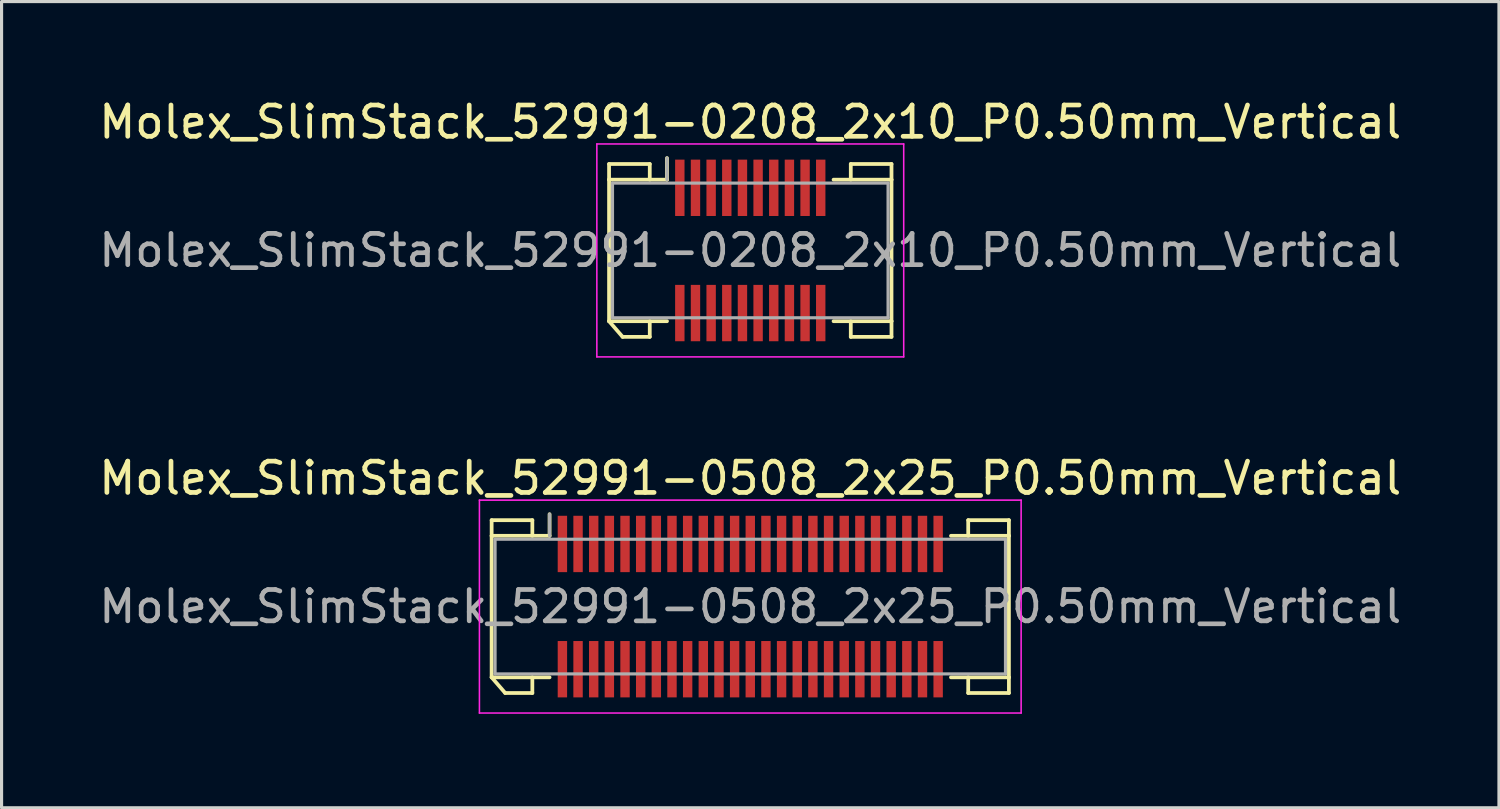
<source format=kicad_pcb>
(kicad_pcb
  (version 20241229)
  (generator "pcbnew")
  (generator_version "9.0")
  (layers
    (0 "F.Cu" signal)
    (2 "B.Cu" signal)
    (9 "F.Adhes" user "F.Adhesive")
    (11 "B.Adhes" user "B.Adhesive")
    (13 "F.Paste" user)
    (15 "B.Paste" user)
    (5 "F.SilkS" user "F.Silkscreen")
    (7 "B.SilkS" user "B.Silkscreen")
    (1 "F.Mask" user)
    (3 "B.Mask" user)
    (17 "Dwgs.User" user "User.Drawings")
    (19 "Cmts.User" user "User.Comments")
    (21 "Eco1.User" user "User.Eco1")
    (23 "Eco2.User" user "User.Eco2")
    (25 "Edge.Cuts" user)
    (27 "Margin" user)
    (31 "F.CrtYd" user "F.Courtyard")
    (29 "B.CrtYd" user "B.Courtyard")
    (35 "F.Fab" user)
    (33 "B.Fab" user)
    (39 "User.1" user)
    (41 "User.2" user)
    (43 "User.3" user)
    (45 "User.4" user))
  (footprint "Molex_SlimStack_52991-0208_2x10_P0.50mm_Vertical"
    (layer "F.Cu")
    (at 20.911 4.948)
    (property "Reference" "Molex_SlimStack_52991-0208_2x10_P0.50mm_Vertical" (at 0 -4.1 0) (layer "F.SilkS") (effects (font (size 1 1) (thickness 0.15))))
    (attr smd)
    (fp_line (start -4.51 -2.76) (end -3.21 -2.76) (stroke (width 0.12) (type solid)) (layer "F.SilkS"))
    (fp_line (start -4.51 -2.26) (end -4.51 -2.76) (stroke (width 0.12) (type solid)) (layer "F.SilkS"))
    (fp_line (start -4.51 -2.26) (end -2.66 -2.26) (stroke (width 0.12) (type solid)) (layer "F.SilkS"))
    (fp_line (start -4.51 2.26) (end -4.51 -2.26) (stroke (width 0.12) (type solid)) (layer "F.SilkS"))
    (fp_line (start -4.51 2.26) (end -4.077 2.76) (stroke (width 0.12) (type solid)) (layer "F.SilkS"))
    (fp_line (start -4.077 2.76) (end -3.21 2.76) (stroke (width 0.12) (type solid)) (layer "F.SilkS"))
    (fp_line (start -3.21 -2.76) (end -3.21 -2.26) (stroke (width 0.12) (type solid)) (layer "F.SilkS"))
    (fp_line (start -3.21 2.76) (end -3.21 2.26) (stroke (width 0.12) (type solid)) (layer "F.SilkS"))
    (fp_line (start -2.66 -2.26) (end -2.66 -2.95) (stroke (width 0.12) (type solid)) (layer "F.SilkS"))
    (fp_line (start -2.66 2.26) (end -4.51 2.26) (stroke (width 0.12) (type solid)) (layer "F.SilkS"))
    (fp_line (start 2.66 2.26) (end 4.51 2.26) (stroke (width 0.12) (type solid)) (layer "F.SilkS"))
    (fp_line (start 3.21 -2.76) (end 3.21 -2.26) (stroke (width 0.12) (type solid)) (layer "F.SilkS"))
    (fp_line (start 3.21 2.76) (end 3.21 2.26) (stroke (width 0.12) (type solid)) (layer "F.SilkS"))
    (fp_line (start 4.51 -2.76) (end 3.21 -2.76) (stroke (width 0.12) (type solid)) (layer "F.SilkS"))
    (fp_line (start 4.51 -2.26) (end 2.66 -2.26) (stroke (width 0.12) (type solid)) (layer "F.SilkS"))
    (fp_line (start 4.51 -2.26) (end 4.51 -2.76) (stroke (width 0.12) (type solid)) (layer "F.SilkS"))
    (fp_line (start 4.51 2.26) (end 4.51 -2.26) (stroke (width 0.12) (type solid)) (layer "F.SilkS"))
    (fp_line (start 4.51 2.26) (end 4.51 2.76) (stroke (width 0.12) (type solid)) (layer "F.SilkS"))
    (fp_line (start 4.51 2.76) (end 3.21 2.76) (stroke (width 0.12) (type solid)) (layer "F.SilkS"))
    (fp_line (start -4.9 -3.4) (end -4.9 3.4) (stroke (width 0.05) (type solid)) (layer "F.CrtYd"))
    (fp_line (start -4.9 3.4) (end 4.9 3.4) (stroke (width 0.05) (type solid)) (layer "F.CrtYd"))
    (fp_line (start 4.9 -3.4) (end -4.9 -3.4) (stroke (width 0.05) (type solid)) (layer "F.CrtYd"))
    (fp_line (start 4.9 3.4) (end 4.9 -3.4) (stroke (width 0.05) (type solid)) (layer "F.CrtYd"))
    (fp_line (start -4.4 -2.15) (end -4.4 2.15) (stroke (width 0.1) (type solid)) (layer "F.Fab"))
    (fp_line (start -4.4 2.15) (end 4.4 2.15) (stroke (width 0.1) (type solid)) (layer "F.Fab"))
    (fp_line (start -2.66 -2.26) (end -2.66 -2.95) (stroke (width 0.1) (type solid)) (layer "F.Fab"))
    (fp_line (start 4.4 -2.15) (end -4.4 -2.15) (stroke (width 0.1) (type solid)) (layer "F.Fab"))
    (fp_line (start 4.4 2.15) (end 4.4 -2.15) (stroke (width 0.1) (type solid)) (layer "F.Fab"))
    (fp_text user "${REFERENCE}" (at 0 0 0) (layer "F.Fab") (effects (font (size 1 1) (thickness 0.15))))
    (pad "1" smd rect (at -2.25 -2) (size 0.3 1.8) (layers "F.Cu" "F.Mask" "F.Paste"))
    (pad "2" smd rect (at -2.25 2) (size 0.3 1.8) (layers "F.Cu" "F.Mask" "F.Paste"))
    (pad "3" smd rect (at -1.75 -2) (size 0.3 1.8) (layers "F.Cu" "F.Mask" "F.Paste"))
    (pad "4" smd rect (at -1.75 2) (size 0.3 1.8) (layers "F.Cu" "F.Mask" "F.Paste"))
    (pad "5" smd rect (at -1.25 -2) (size 0.3 1.8) (layers "F.Cu" "F.Mask" "F.Paste"))
    (pad "6" smd rect (at -1.25 2) (size 0.3 1.8) (layers "F.Cu" "F.Mask" "F.Paste"))
    (pad "7" smd rect (at -0.75 -2) (size 0.3 1.8) (layers "F.Cu" "F.Mask" "F.Paste"))
    (pad "8" smd rect (at -0.75 2) (size 0.3 1.8) (layers "F.Cu" "F.Mask" "F.Paste"))
    (pad "9" smd rect (at -0.25 -2) (size 0.3 1.8) (layers "F.Cu" "F.Mask" "F.Paste"))
    (pad "10" smd rect (at -0.25 2) (size 0.3 1.8) (layers "F.Cu" "F.Mask" "F.Paste"))
    (pad "11" smd rect (at 0.25 -2) (size 0.3 1.8) (layers "F.Cu" "F.Mask" "F.Paste"))
    (pad "12" smd rect (at 0.25 2) (size 0.3 1.8) (layers "F.Cu" "F.Mask" "F.Paste"))
    (pad "13" smd rect (at 0.75 -2) (size 0.3 1.8) (layers "F.Cu" "F.Mask" "F.Paste"))
    (pad "14" smd rect (at 0.75 2) (size 0.3 1.8) (layers "F.Cu" "F.Mask" "F.Paste"))
    (pad "15" smd rect (at 1.25 -2) (size 0.3 1.8) (layers "F.Cu" "F.Mask" "F.Paste"))
    (pad "16" smd rect (at 1.25 2) (size 0.3 1.8) (layers "F.Cu" "F.Mask" "F.Paste"))
    (pad "17" smd rect (at 1.75 -2) (size 0.3 1.8) (layers "F.Cu" "F.Mask" "F.Paste"))
    (pad "18" smd rect (at 1.75 2) (size 0.3 1.8) (layers "F.Cu" "F.Mask" "F.Paste"))
    (pad "19" smd rect (at 2.25 -2) (size 0.3 1.8) (layers "F.Cu" "F.Mask" "F.Paste"))
    (pad "20" smd rect (at 2.25 2) (size 0.3 1.8) (layers "F.Cu" "F.Mask" "F.Paste")))
  (footprint "Molex_SlimStack_52991-0508_2x25_P0.50mm_Vertical"
    (layer "F.Cu")
    (at 20.911 16.322)
    (property "Reference" "Molex_SlimStack_52991-0508_2x25_P0.50mm_Vertical" (at 0 -4.1 0) (layer "F.SilkS") (effects (font (size 1 1) (thickness 0.15))))
    (attr smd)
    (fp_line (start -8.26 -2.76) (end -6.96 -2.76) (stroke (width 0.12) (type solid)) (layer "F.SilkS"))
    (fp_line (start -8.26 -2.26) (end -8.26 -2.76) (stroke (width 0.12) (type solid)) (layer "F.SilkS"))
    (fp_line (start -8.26 -2.26) (end -6.41 -2.26) (stroke (width 0.12) (type solid)) (layer "F.SilkS"))
    (fp_line (start -8.26 2.26) (end -8.26 -2.26) (stroke (width 0.12) (type solid)) (layer "F.SilkS"))
    (fp_line (start -8.26 2.26) (end -7.827 2.76) (stroke (width 0.12) (type solid)) (layer "F.SilkS"))
    (fp_line (start -7.827 2.76) (end -6.96 2.76) (stroke (width 0.12) (type solid)) (layer "F.SilkS"))
    (fp_line (start -6.96 -2.76) (end -6.96 -2.26) (stroke (width 0.12) (type solid)) (layer "F.SilkS"))
    (fp_line (start -6.96 2.76) (end -6.96 2.26) (stroke (width 0.12) (type solid)) (layer "F.SilkS"))
    (fp_line (start -6.41 -2.26) (end -6.41 -2.95) (stroke (width 0.12) (type solid)) (layer "F.SilkS"))
    (fp_line (start -6.41 2.26) (end -8.26 2.26) (stroke (width 0.12) (type solid)) (layer "F.SilkS"))
    (fp_line (start 6.41 2.26) (end 8.26 2.26) (stroke (width 0.12) (type solid)) (layer "F.SilkS"))
    (fp_line (start 6.96 -2.76) (end 6.96 -2.26) (stroke (width 0.12) (type solid)) (layer "F.SilkS"))
    (fp_line (start 6.96 2.76) (end 6.96 2.26) (stroke (width 0.12) (type solid)) (layer "F.SilkS"))
    (fp_line (start 8.26 -2.76) (end 6.96 -2.76) (stroke (width 0.12) (type solid)) (layer "F.SilkS"))
    (fp_line (start 8.26 -2.26) (end 6.41 -2.26) (stroke (width 0.12) (type solid)) (layer "F.SilkS"))
    (fp_line (start 8.26 -2.26) (end 8.26 -2.76) (stroke (width 0.12) (type solid)) (layer "F.SilkS"))
    (fp_line (start 8.26 2.26) (end 8.26 -2.26) (stroke (width 0.12) (type solid)) (layer "F.SilkS"))
    (fp_line (start 8.26 2.26) (end 8.26 2.76) (stroke (width 0.12) (type solid)) (layer "F.SilkS"))
    (fp_line (start 8.26 2.76) (end 6.96 2.76) (stroke (width 0.12) (type solid)) (layer "F.SilkS"))
    (fp_line (start -8.65 -3.4) (end -8.65 3.4) (stroke (width 0.05) (type solid)) (layer "F.CrtYd"))
    (fp_line (start -8.65 3.4) (end 8.65 3.4) (stroke (width 0.05) (type solid)) (layer "F.CrtYd"))
    (fp_line (start 8.65 -3.4) (end -8.65 -3.4) (stroke (width 0.05) (type solid)) (layer "F.CrtYd"))
    (fp_line (start 8.65 3.4) (end 8.65 -3.4) (stroke (width 0.05) (type solid)) (layer "F.CrtYd"))
    (fp_line (start -8.15 -2.15) (end -8.15 2.15) (stroke (width 0.1) (type solid)) (layer "F.Fab"))
    (fp_line (start -8.15 2.15) (end 8.15 2.15) (stroke (width 0.1) (type solid)) (layer "F.Fab"))
    (fp_line (start -6.41 -2.26) (end -6.41 -2.95) (stroke (width 0.1) (type solid)) (layer "F.Fab"))
    (fp_line (start 8.15 -2.15) (end -8.15 -2.15) (stroke (width 0.1) (type solid)) (layer "F.Fab"))
    (fp_line (start 8.15 2.15) (end 8.15 -2.15) (stroke (width 0.1) (type solid)) (layer "F.Fab"))
    (fp_text user "${REFERENCE}" (at 0 0 0) (layer "F.Fab") (effects (font (size 1 1) (thickness 0.15))))
    (pad "1" smd rect (at -6 -2) (size 0.3 1.8) (layers "F.Cu" "F.Mask" "F.Paste"))
    (pad "2" smd rect (at -6 2) (size 0.3 1.8) (layers "F.Cu" "F.Mask" "F.Paste"))
    (pad "3" smd rect (at -5.5 -2) (size 0.3 1.8) (layers "F.Cu" "F.Mask" "F.Paste"))
    (pad "4" smd rect (at -5.5 2) (size 0.3 1.8) (layers "F.Cu" "F.Mask" "F.Paste"))
    (pad "5" smd rect (at -5 -2) (size 0.3 1.8) (layers "F.Cu" "F.Mask" "F.Paste"))
    (pad "6" smd rect (at -5 2) (size 0.3 1.8) (layers "F.Cu" "F.Mask" "F.Paste"))
    (pad "7" smd rect (at -4.5 -2) (size 0.3 1.8) (layers "F.Cu" "F.Mask" "F.Paste"))
    (pad "8" smd rect (at -4.5 2) (size 0.3 1.8) (layers "F.Cu" "F.Mask" "F.Paste"))
    (pad "9" smd rect (at -4 -2) (size 0.3 1.8) (layers "F.Cu" "F.Mask" "F.Paste"))
    (pad "10" smd rect (at -4 2) (size 0.3 1.8) (layers "F.Cu" "F.Mask" "F.Paste"))
    (pad "11" smd rect (at -3.5 -2) (size 0.3 1.8) (layers "F.Cu" "F.Mask" "F.Paste"))
    (pad "12" smd rect (at -3.5 2) (size 0.3 1.8) (layers "F.Cu" "F.Mask" "F.Paste"))
    (pad "13" smd rect (at -3 -2) (size 0.3 1.8) (layers "F.Cu" "F.Mask" "F.Paste"))
    (pad "14" smd rect (at -3 2) (size 0.3 1.8) (layers "F.Cu" "F.Mask" "F.Paste"))
    (pad "15" smd rect (at -2.5 -2) (size 0.3 1.8) (layers "F.Cu" "F.Mask" "F.Paste"))
    (pad "16" smd rect (at -2.5 2) (size 0.3 1.8) (layers "F.Cu" "F.Mask" "F.Paste"))
    (pad "17" smd rect (at -2 -2) (size 0.3 1.8) (layers "F.Cu" "F.Mask" "F.Paste"))
    (pad "18" smd rect (at -2 2) (size 0.3 1.8) (layers "F.Cu" "F.Mask" "F.Paste"))
    (pad "19" smd rect (at -1.5 -2) (size 0.3 1.8) (layers "F.Cu" "F.Mask" "F.Paste"))
    (pad "20" smd rect (at -1.5 2) (size 0.3 1.8) (layers "F.Cu" "F.Mask" "F.Paste"))
    (pad "21" smd rect (at -1 -2) (size 0.3 1.8) (layers "F.Cu" "F.Mask" "F.Paste"))
    (pad "22" smd rect (at -1 2) (size 0.3 1.8) (layers "F.Cu" "F.Mask" "F.Paste"))
    (pad "23" smd rect (at -0.5 -2) (size 0.3 1.8) (layers "F.Cu" "F.Mask" "F.Paste"))
    (pad "24" smd rect (at -0.5 2) (size 0.3 1.8) (layers "F.Cu" "F.Mask" "F.Paste"))
    (pad "25" smd rect (at 0 -2) (size 0.3 1.8) (layers "F.Cu" "F.Mask" "F.Paste"))
    (pad "26" smd rect (at 0 2) (size 0.3 1.8) (layers "F.Cu" "F.Mask" "F.Paste"))
    (pad "27" smd rect (at 0.5 -2) (size 0.3 1.8) (layers "F.Cu" "F.Mask" "F.Paste"))
    (pad "28" smd rect (at 0.5 2) (size 0.3 1.8) (layers "F.Cu" "F.Mask" "F.Paste"))
    (pad "29" smd rect (at 1 -2) (size 0.3 1.8) (layers "F.Cu" "F.Mask" "F.Paste"))
    (pad "30" smd rect (at 1 2) (size 0.3 1.8) (layers "F.Cu" "F.Mask" "F.Paste"))
    (pad "31" smd rect (at 1.5 -2) (size 0.3 1.8) (layers "F.Cu" "F.Mask" "F.Paste"))
    (pad "32" smd rect (at 1.5 2) (size 0.3 1.8) (layers "F.Cu" "F.Mask" "F.Paste"))
    (pad "33" smd rect (at 2 -2) (size 0.3 1.8) (layers "F.Cu" "F.Mask" "F.Paste"))
    (pad "34" smd rect (at 2 2) (size 0.3 1.8) (layers "F.Cu" "F.Mask" "F.Paste"))
    (pad "35" smd rect (at 2.5 -2) (size 0.3 1.8) (layers "F.Cu" "F.Mask" "F.Paste"))
    (pad "36" smd rect (at 2.5 2) (size 0.3 1.8) (layers "F.Cu" "F.Mask" "F.Paste"))
    (pad "37" smd rect (at 3 -2) (size 0.3 1.8) (layers "F.Cu" "F.Mask" "F.Paste"))
    (pad "38" smd rect (at 3 2) (size 0.3 1.8) (layers "F.Cu" "F.Mask" "F.Paste"))
    (pad "39" smd rect (at 3.5 -2) (size 0.3 1.8) (layers "F.Cu" "F.Mask" "F.Paste"))
    (pad "40" smd rect (at 3.5 2) (size 0.3 1.8) (layers "F.Cu" "F.Mask" "F.Paste"))
    (pad "41" smd rect (at 4 -2) (size 0.3 1.8) (layers "F.Cu" "F.Mask" "F.Paste"))
    (pad "42" smd rect (at 4 2) (size 0.3 1.8) (layers "F.Cu" "F.Mask" "F.Paste"))
    (pad "43" smd rect (at 4.5 -2) (size 0.3 1.8) (layers "F.Cu" "F.Mask" "F.Paste"))
    (pad "44" smd rect (at 4.5 2) (size 0.3 1.8) (layers "F.Cu" "F.Mask" "F.Paste"))
    (pad "45" smd rect (at 5 -2) (size 0.3 1.8) (layers "F.Cu" "F.Mask" "F.Paste"))
    (pad "46" smd rect (at 5 2) (size 0.3 1.8) (layers "F.Cu" "F.Mask" "F.Paste"))
    (pad "47" smd rect (at 5.5 -2) (size 0.3 1.8) (layers "F.Cu" "F.Mask" "F.Paste"))
    (pad "48" smd rect (at 5.5 2) (size 0.3 1.8) (layers "F.Cu" "F.Mask" "F.Paste"))
    (pad "49" smd rect (at 6 -2) (size 0.3 1.8) (layers "F.Cu" "F.Mask" "F.Paste"))
    (pad "50" smd rect (at 6 2) (size 0.3 1.8) (layers "F.Cu" "F.Mask" "F.Paste")))
  (gr_rect
    (start -3 -3)
    (end 44.821 22.747)
    (stroke (width 0.1) (type default))
    (fill no)
    (layer "Edge.Cuts")))
</source>
